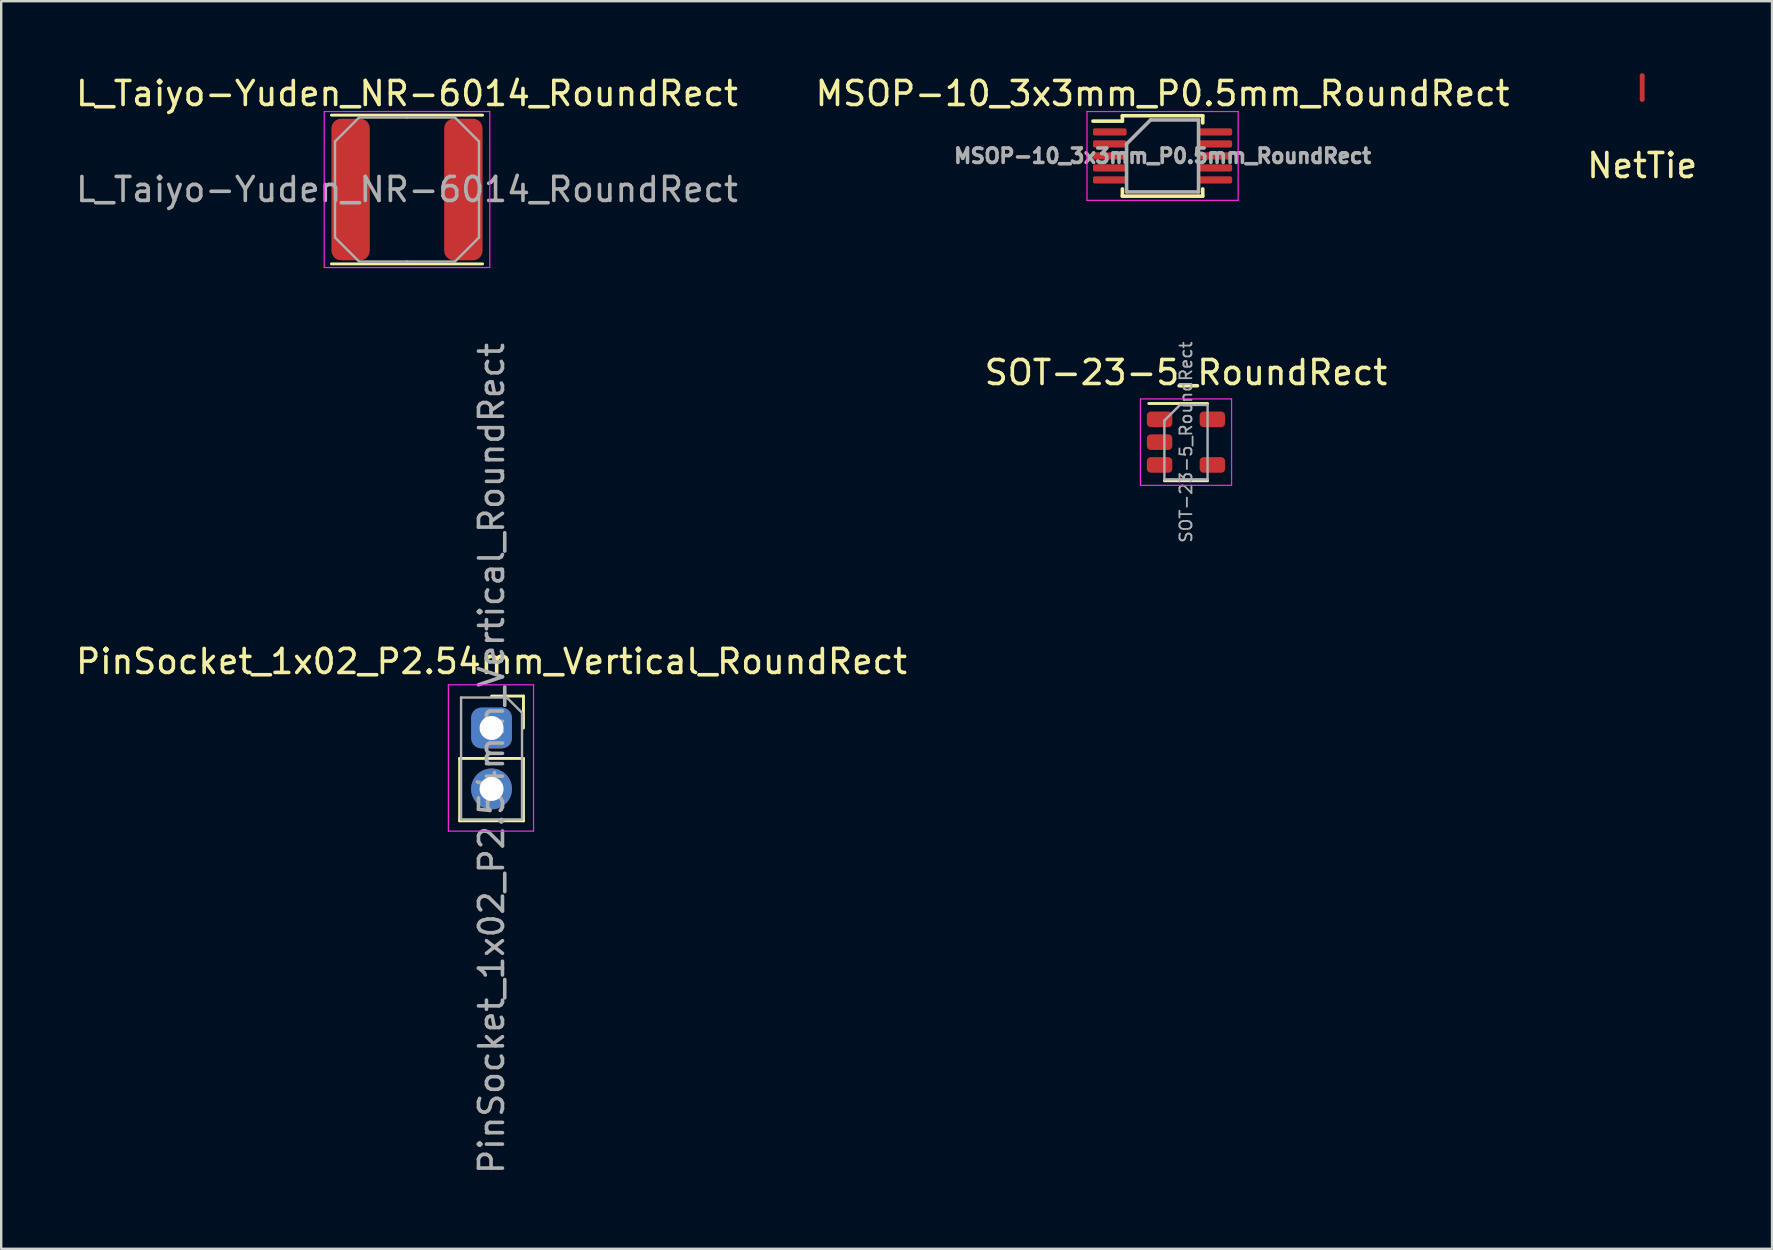
<source format=kicad_pcb>
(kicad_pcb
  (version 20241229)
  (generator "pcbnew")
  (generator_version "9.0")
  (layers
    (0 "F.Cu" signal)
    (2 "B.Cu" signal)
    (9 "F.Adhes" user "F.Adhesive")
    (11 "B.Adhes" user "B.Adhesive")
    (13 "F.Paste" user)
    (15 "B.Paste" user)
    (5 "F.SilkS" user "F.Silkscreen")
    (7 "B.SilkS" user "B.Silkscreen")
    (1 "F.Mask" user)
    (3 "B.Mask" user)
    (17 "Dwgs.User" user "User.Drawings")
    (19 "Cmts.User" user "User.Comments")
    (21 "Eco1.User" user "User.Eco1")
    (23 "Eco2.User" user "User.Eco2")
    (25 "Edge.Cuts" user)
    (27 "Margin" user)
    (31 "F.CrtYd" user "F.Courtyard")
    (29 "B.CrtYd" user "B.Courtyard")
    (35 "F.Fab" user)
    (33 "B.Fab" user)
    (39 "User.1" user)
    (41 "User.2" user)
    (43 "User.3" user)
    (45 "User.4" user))
  (footprint "L_Taiyo-Yuden_NR-6014_RoundRect"
    (layer "F.Cu")
    (at 13.911 4.848)
    (property "Reference" "L_Taiyo-Yuden_NR-6014_RoundRect" (at 0 -4 0) (layer "F.SilkS") (effects (font (size 1 1) (thickness 0.15))))
    (attr smd)
    (fp_line (start -3.15 -3.1) (end 3.15 -3.1) (stroke (width 0.12) (type solid)) (layer "F.SilkS"))
    (fp_line (start -3.15 3.1) (end 3.15 3.1) (stroke (width 0.12) (type solid)) (layer "F.SilkS"))
    (fp_line (start -3.45 -3.25) (end -3.45 3.25) (stroke (width 0.05) (type solid)) (layer "F.CrtYd"))
    (fp_line (start -3.45 3.25) (end 3.45 3.25) (stroke (width 0.05) (type solid)) (layer "F.CrtYd"))
    (fp_line (start 3.45 -3.25) (end -3.45 -3.25) (stroke (width 0.05) (type solid)) (layer "F.CrtYd"))
    (fp_line (start 3.45 3.25) (end 3.45 -3.25) (stroke (width 0.05) (type solid)) (layer "F.CrtYd"))
    (fp_line (start -3 -2) (end -2 -3) (stroke (width 0.1) (type solid)) (layer "F.Fab"))
    (fp_line (start -3 0) (end -3 -2) (stroke (width 0.1) (type solid)) (layer "F.Fab"))
    (fp_line (start -3 0) (end -3 2) (stroke (width 0.1) (type solid)) (layer "F.Fab"))
    (fp_line (start -3 2) (end -2 3) (stroke (width 0.1) (type solid)) (layer "F.Fab"))
    (fp_line (start -2 -3) (end 0 -3) (stroke (width 0.1) (type solid)) (layer "F.Fab"))
    (fp_line (start -2 3) (end 0 3) (stroke (width 0.1) (type solid)) (layer "F.Fab"))
    (fp_line (start 2 -3) (end 0 -3) (stroke (width 0.1) (type solid)) (layer "F.Fab"))
    (fp_line (start 2 3) (end 0 3) (stroke (width 0.1) (type solid)) (layer "F.Fab"))
    (fp_line (start 3 -2) (end 2 -3) (stroke (width 0.1) (type solid)) (layer "F.Fab"))
    (fp_line (start 3 0) (end 3 -2) (stroke (width 0.1) (type solid)) (layer "F.Fab"))
    (fp_line (start 3 0) (end 3 2) (stroke (width 0.1) (type solid)) (layer "F.Fab"))
    (fp_line (start 3 2) (end 2 3) (stroke (width 0.1) (type solid)) (layer "F.Fab"))
    (fp_text user "${REFERENCE}" (at 0 0 0) (layer "F.Fab") (effects (font (size 1 1) (thickness 0.15))))
    (pad "1" smd roundrect (at -2.35 0) (size 1.6 5.9) (layers "F.Cu" "F.Mask" "F.Paste") (roundrect_rratio 0.25))
    (pad "2" smd roundrect (at 2.35 0) (size 1.6 5.9) (layers "F.Cu" "F.Mask" "F.Paste") (roundrect_rratio 0.25)))
  (footprint "SOT-23-5_RoundRect"
    (layer "F.Cu")
    (at 46.375 15.376)
    (property "Reference" "SOT-23-5_RoundRect" (at 0 -2.9 0) (layer "F.SilkS") (effects (font (size 1 1) (thickness 0.15))))
    (attr smd)
    (fp_line (start -0.9 1.61) (end 0.9 1.61) (stroke (width 0.12) (type solid)) (layer "F.SilkS"))
    (fp_line (start 0.9 -1.61) (end -1.55 -1.61) (stroke (width 0.12) (type solid)) (layer "F.SilkS"))
    (fp_line (start -1.9 -1.8) (end 1.9 -1.8) (stroke (width 0.05) (type solid)) (layer "F.CrtYd"))
    (fp_line (start -1.9 1.8) (end -1.9 -1.8) (stroke (width 0.05) (type solid)) (layer "F.CrtYd"))
    (fp_line (start 1.9 -1.8) (end 1.9 1.8) (stroke (width 0.05) (type solid)) (layer "F.CrtYd"))
    (fp_line (start 1.9 1.8) (end -1.9 1.8) (stroke (width 0.05) (type solid)) (layer "F.CrtYd"))
    (fp_line (start -0.9 -0.9) (end -0.9 1.55) (stroke (width 0.1) (type solid)) (layer "F.Fab"))
    (fp_line (start -0.9 -0.9) (end -0.25 -1.55) (stroke (width 0.1) (type solid)) (layer "F.Fab"))
    (fp_line (start 0.9 -1.55) (end -0.25 -1.55) (stroke (width 0.1) (type solid)) (layer "F.Fab"))
    (fp_line (start 0.9 -1.55) (end 0.9 1.55) (stroke (width 0.1) (type solid)) (layer "F.Fab"))
    (fp_line (start 0.9 1.55) (end -0.9 1.55) (stroke (width 0.1) (type solid)) (layer "F.Fab"))
    (fp_text user "${REFERENCE}" (at 0 0 90) (layer "F.Fab") (effects (font (size 0.5 0.5) (thickness 0.075))))
    (pad "1" smd roundrect (at -1.1 -0.95) (size 1.06 0.65) (layers "F.Cu" "F.Mask" "F.Paste") (roundrect_rratio 0.25))
    (pad "2" smd roundrect (at -1.1 0) (size 1.06 0.65) (layers "F.Cu" "F.Mask" "F.Paste") (roundrect_rratio 0.25))
    (pad "3" smd roundrect (at -1.1 0.95) (size 1.06 0.65) (layers "F.Cu" "F.Mask" "F.Paste") (roundrect_rratio 0.25))
    (pad "4" smd roundrect (at 1.1 0.95) (size 1.06 0.65) (layers "F.Cu" "F.Mask" "F.Paste") (roundrect_rratio 0.25))
    (pad "5" smd roundrect (at 1.1 -0.95) (size 1.06 0.65) (layers "F.Cu" "F.Mask" "F.Paste") (roundrect_rratio 0.25)))
  (footprint "PinSocket_1x02_P2.54mm_Vertical_RoundRect"
    (layer "F.Cu")
    (at 17.435 27.288)
    (property "Reference" "PinSocket_1x02_P2.54mm_Vertical_RoundRect" (at 0 -2.77 0) (layer "F.SilkS") (effects (font (size 1 1) (thickness 0.15))))
    (attr through_hole)
    (fp_line (start -1.33 1.27) (end -1.33 3.87) (stroke (width 0.12) (type solid)) (layer "F.SilkS"))
    (fp_line (start -1.33 1.27) (end 1.33 1.27) (stroke (width 0.12) (type solid)) (layer "F.SilkS"))
    (fp_line (start -1.33 3.87) (end 1.33 3.87) (stroke (width 0.12) (type solid)) (layer "F.SilkS"))
    (fp_line (start 0 -1.33) (end 1.33 -1.33) (stroke (width 0.12) (type solid)) (layer "F.SilkS"))
    (fp_line (start 1.33 -1.33) (end 1.33 0) (stroke (width 0.12) (type solid)) (layer "F.SilkS"))
    (fp_line (start 1.33 1.27) (end 1.33 3.87) (stroke (width 0.12) (type solid)) (layer "F.SilkS"))
    (fp_line (start -1.8 -1.8) (end 1.75 -1.8) (stroke (width 0.05) (type solid)) (layer "F.CrtYd"))
    (fp_line (start -1.8 4.3) (end -1.8 -1.8) (stroke (width 0.05) (type solid)) (layer "F.CrtYd"))
    (fp_line (start 1.75 -1.8) (end 1.75 4.3) (stroke (width 0.05) (type solid)) (layer "F.CrtYd"))
    (fp_line (start 1.75 4.3) (end -1.8 4.3) (stroke (width 0.05) (type solid)) (layer "F.CrtYd"))
    (fp_line (start -1.27 -1.27) (end 0.635 -1.27) (stroke (width 0.1) (type solid)) (layer "F.Fab"))
    (fp_line (start -1.27 3.81) (end -1.27 -1.27) (stroke (width 0.1) (type solid)) (layer "F.Fab"))
    (fp_line (start 0.635 -1.27) (end 1.27 -0.635) (stroke (width 0.1) (type solid)) (layer "F.Fab"))
    (fp_line (start 1.27 -0.635) (end 1.27 3.81) (stroke (width 0.1) (type solid)) (layer "F.Fab"))
    (fp_line (start 1.27 3.81) (end -1.27 3.81) (stroke (width 0.1) (type solid)) (layer "F.Fab"))
    (fp_text user "${REFERENCE}" (at 0 1.27 90) (layer "F.Fab") (effects (font (size 1 1) (thickness 0.15))))
    (pad "1" thru_hole roundrect (at 0 0) (size 1.7 1.7) (drill 1) (layers "*.Cu" "*.Mask") (roundrect_rratio 0.25))
    (pad "2" thru_hole oval (at 0 2.54) (size 1.7 1.7) (drill 1) (layers "*.Cu" "*.Mask")))
  (footprint "MSOP-10_3x3mm_P0.5mm_RoundRect"
    (layer "F.Cu")
    (at 45.399 3.448)
    (property "Reference" "MSOP-10_3x3mm_P0.5mm_RoundRect" (at 0 -2.6 0) (layer "F.SilkS") (effects (font (size 1 1) (thickness 0.15))))
    (attr smd)
    (fp_line (start -1.675 -1.675) (end -1.675 -1.45) (stroke (width 0.15) (type solid)) (layer "F.SilkS"))
    (fp_line (start -1.675 -1.675) (end 1.675 -1.675) (stroke (width 0.15) (type solid)) (layer "F.SilkS"))
    (fp_line (start -1.675 -1.45) (end -2.9 -1.45) (stroke (width 0.15) (type solid)) (layer "F.SilkS"))
    (fp_line (start -1.675 1.675) (end -1.675 1.375) (stroke (width 0.15) (type solid)) (layer "F.SilkS"))
    (fp_line (start -1.675 1.675) (end 1.675 1.675) (stroke (width 0.15) (type solid)) (layer "F.SilkS"))
    (fp_line (start 1.675 -1.675) (end 1.675 -1.375) (stroke (width 0.15) (type solid)) (layer "F.SilkS"))
    (fp_line (start 1.675 1.675) (end 1.675 1.375) (stroke (width 0.15) (type solid)) (layer "F.SilkS"))
    (fp_line (start -3.15 -1.85) (end -3.15 1.85) (stroke (width 0.05) (type solid)) (layer "F.CrtYd"))
    (fp_line (start -3.15 -1.85) (end 3.15 -1.85) (stroke (width 0.05) (type solid)) (layer "F.CrtYd"))
    (fp_line (start -3.15 1.85) (end 3.15 1.85) (stroke (width 0.05) (type solid)) (layer "F.CrtYd"))
    (fp_line (start 3.15 -1.85) (end 3.15 1.85) (stroke (width 0.05) (type solid)) (layer "F.CrtYd"))
    (fp_line (start -1.5 -0.5) (end -0.5 -1.5) (stroke (width 0.15) (type solid)) (layer "F.Fab"))
    (fp_line (start -1.5 1.5) (end -1.5 -0.5) (stroke (width 0.15) (type solid)) (layer "F.Fab"))
    (fp_line (start -0.5 -1.5) (end 1.5 -1.5) (stroke (width 0.15) (type solid)) (layer "F.Fab"))
    (fp_line (start 1.5 -1.5) (end 1.5 1.5) (stroke (width 0.15) (type solid)) (layer "F.Fab"))
    (fp_line (start 1.5 1.5) (end -1.5 1.5) (stroke (width 0.15) (type solid)) (layer "F.Fab"))
    (fp_text user "${REFERENCE}" (at 0 0 0) (layer "F.Fab") (effects (font (size 0.6 0.6) (thickness 0.15))))
    (pad "1" smd roundrect (at -2.2 -1) (size 1.4 0.3) (layers "F.Cu" "F.Mask" "F.Paste") (roundrect_rratio 0.25))
    (pad "2" smd roundrect (at -2.2 -0.5) (size 1.4 0.3) (layers "F.Cu" "F.Mask" "F.Paste") (roundrect_rratio 0.25))
    (pad "3" smd roundrect (at -2.2 0) (size 1.4 0.3) (layers "F.Cu" "F.Mask" "F.Paste") (roundrect_rratio 0.25))
    (pad "4" smd roundrect (at -2.2 0.5) (size 1.4 0.3) (layers "F.Cu" "F.Mask" "F.Paste") (roundrect_rratio 0.25))
    (pad "5" smd roundrect (at -2.2 1) (size 1.4 0.3) (layers "F.Cu" "F.Mask" "F.Paste") (roundrect_rratio 0.25))
    (pad "6" smd roundrect (at 2.2 1) (size 1.4 0.3) (layers "F.Cu" "F.Mask" "F.Paste") (roundrect_rratio 0.25))
    (pad "7" smd roundrect (at 2.2 0.5) (size 1.4 0.3) (layers "F.Cu" "F.Mask" "F.Paste") (roundrect_rratio 0.25))
    (pad "8" smd roundrect (at 2.2 0) (size 1.4 0.3) (layers "F.Cu" "F.Mask" "F.Paste") (roundrect_rratio 0.25))
    (pad "9" smd roundrect (at 2.2 -0.5) (size 1.4 0.3) (layers "F.Cu" "F.Mask" "F.Paste") (roundrect_rratio 0.25))
    (pad "10" smd roundrect (at 2.2 -1) (size 1.4 0.3) (layers "F.Cu" "F.Mask" "F.Paste") (roundrect_rratio 0.25)))
  (footprint "NetTie"
    (layer "F.Cu")
    (at 65.387 0.6)
    (property "Reference" "NetTie" (at 0 3.25 0) (layer "F.SilkS") (effects (font (size 1 1) (thickness 0.15))))
    (attr through_hole)
    (fp_poly (pts (xy 0.05 0.5) (xy -0.05 0.5) (xy -0.05 -0.5) (xy 0.05 -0.5)) (stroke (width 0.1) (type solid)) (fill yes) (layer "F.Cu"))
    (pad "1" smd circle (at 0 -0.5) (size 0.2 0.2) (layers "F.Cu"))
    (pad "2" smd circle (at 0 0.5) (size 0.2 0.2) (layers "F.Cu")))
  (gr_rect
    (start -3 -3)
    (end 70.798 48.992)
    (stroke (width 0.1) (type default))
    (fill no)
    (layer "Edge.Cuts")))
</source>
